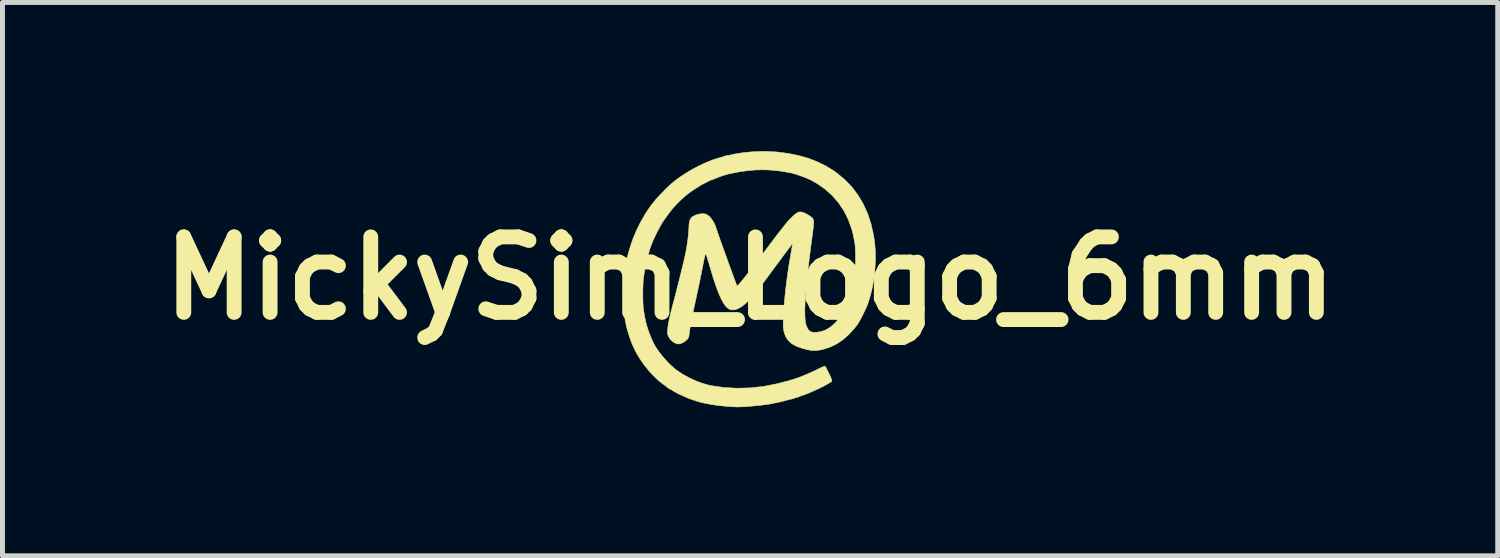
<source format=kicad_pcb>
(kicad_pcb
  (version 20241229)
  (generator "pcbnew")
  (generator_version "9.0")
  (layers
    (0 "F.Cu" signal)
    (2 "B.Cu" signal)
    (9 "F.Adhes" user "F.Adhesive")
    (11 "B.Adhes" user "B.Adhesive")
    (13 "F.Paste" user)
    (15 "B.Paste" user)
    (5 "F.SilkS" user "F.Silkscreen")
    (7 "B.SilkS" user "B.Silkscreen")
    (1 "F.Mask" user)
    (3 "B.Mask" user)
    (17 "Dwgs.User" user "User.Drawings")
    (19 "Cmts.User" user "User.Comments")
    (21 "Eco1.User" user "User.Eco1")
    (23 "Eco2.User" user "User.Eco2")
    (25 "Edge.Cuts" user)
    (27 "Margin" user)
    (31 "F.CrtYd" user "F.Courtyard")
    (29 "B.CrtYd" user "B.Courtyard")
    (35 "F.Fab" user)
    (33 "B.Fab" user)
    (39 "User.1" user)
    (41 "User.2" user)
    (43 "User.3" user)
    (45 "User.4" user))
  (footprint "MickySim_Logo_6mm"
    (layer "F.Cu")
    (at 12.09 2.566)
    (property "Reference" "MickySim_Logo_6mm" (at 0 0 0) (layer "F.SilkS") (effects (font (size 1.524 1.524) (thickness 0.3))))
    (attr through_hole)
    (fp_poly (pts (xy 0.525 -2.55) (xy 0.759 -2.521) (xy 0.987 -2.475) (xy 1.173 -2.422) (xy 1.342 -2.357) (xy 1.509 -2.277) (xy 1.665 -2.184) (xy 1.748 -2.126) (xy 1.91 -1.991) (xy 2.054 -1.842) (xy 2.178 -1.678) (xy 2.284 -1.499) (xy 2.372 -1.306) (xy 2.441 -1.096) (xy 2.492 -0.871) (xy 2.516 -0.705) (xy 2.529 -0.544) (xy 2.53 -0.368) (xy 2.52 -0.185) (xy 2.5 -0.002) (xy 2.471 0.173) (xy 2.432 0.335) (xy 2.422 0.369) (xy 2.401 0.438) (xy 2.385 0.491) (xy 2.369 0.534) (xy 2.353 0.574) (xy 2.333 0.618) (xy 2.307 0.673) (xy 2.287 0.714) (xy 2.25 0.789) (xy 2.219 0.847) (xy 2.193 0.893) (xy 2.167 0.933) (xy 2.138 0.972) (xy 2.114 1.002) (xy 1.996 1.133) (xy 1.874 1.241) (xy 1.746 1.327) (xy 1.611 1.392) (xy 1.467 1.437) (xy 1.394 1.452) (xy 1.322 1.46) (xy 1.246 1.457) (xy 1.161 1.443) (xy 1.06 1.417) (xy 1.047 1.413) (xy 0.935 1.373) (xy 0.846 1.324) (xy 0.776 1.263) (xy 0.724 1.19) (xy 0.69 1.103) (xy 0.676 1.04) (xy 0.67 0.981) (xy 0.668 0.901) (xy 0.671 0.802) (xy 0.677 0.688) (xy 0.686 0.56) (xy 0.698 0.421) (xy 0.713 0.274) (xy 0.731 0.122) (xy 0.751 -0.034) (xy 0.773 -0.19) (xy 0.797 -0.343) (xy 0.823 -0.492) (xy 0.829 -0.528) (xy 0.84 -0.587) (xy 0.848 -0.638) (xy 0.854 -0.676) (xy 0.856 -0.695) (xy 0.856 -0.697) (xy 0.848 -0.688) (xy 0.827 -0.662) (xy 0.796 -0.621) (xy 0.754 -0.566) (xy 0.705 -0.5) (xy 0.649 -0.425) (xy 0.589 -0.343) (xy 0.574 -0.324) (xy 0.508 -0.235) (xy 0.444 -0.147) (xy 0.382 -0.064) (xy 0.326 0.012) (xy 0.278 0.076) (xy 0.24 0.128) (xy 0.214 0.163) (xy 0.108 0.298) (xy 0.009 0.411) (xy -0.082 0.502) (xy -0.166 0.57) (xy -0.243 0.615) (xy -0.313 0.638) (xy -0.376 0.639) (xy -0.422 0.624) (xy -0.465 0.593) (xy -0.508 0.544) (xy -0.552 0.476) (xy -0.596 0.389) (xy -0.643 0.281) (xy -0.691 0.151) (xy -0.741 -0.000042) (xy -0.794 -0.175) (xy -0.805 -0.212) (xy -0.826 -0.286) (xy -0.847 -0.354) (xy -0.865 -0.412) (xy -0.879 -0.455) (xy -0.888 -0.48) (xy -0.889 -0.483) (xy -0.894 -0.489) (xy -0.899 -0.488) (xy -0.905 -0.476) (xy -0.913 -0.45) (xy -0.922 -0.41) (xy -0.934 -0.352) (xy -0.95 -0.273) (xy -0.961 -0.216) (xy -0.982 -0.111) (xy -1.006 0.008) (xy -1.032 0.132) (xy -1.057 0.252) (xy -1.081 0.358) (xy -1.083 0.369) (xy -1.116 0.521) (xy -1.146 0.662) (xy -1.172 0.791) (xy -1.194 0.904) (xy -1.211 0.999) (xy -1.223 1.076) (xy -1.229 1.123) (xy -1.235 1.168) (xy -1.244 1.199) (xy -1.26 1.224) (xy -1.283 1.247) (xy -1.323 1.279) (xy -1.368 1.306) (xy -1.384 1.313) (xy -1.424 1.325) (xy -1.455 1.327) (xy -1.488 1.32) (xy -1.55 1.289) (xy -1.605 1.24) (xy -1.646 1.178) (xy -1.66 1.144) (xy -1.667 1.113) (xy -1.667 1.074) (xy -1.664 1.036) (xy -1.658 0.977) (xy -1.648 0.914) (xy -1.635 0.844) (xy -1.617 0.764) (xy -1.594 0.669) (xy -1.565 0.557) (xy -1.552 0.508) (xy -1.519 0.382) (xy -1.485 0.252) (xy -1.452 0.12) (xy -1.419 -0.01) (xy -1.388 -0.135) (xy -1.36 -0.25) (xy -1.336 -0.352) (xy -1.316 -0.438) (xy -1.302 -0.502) (xy -1.285 -0.592) (xy -1.269 -0.692) (xy -1.255 -0.794) (xy -1.244 -0.893) (xy -1.237 -0.981) (xy -1.234 -1.053) (xy -1.234 -1.058) (xy -1.227 -1.134) (xy -1.206 -1.193) (xy -1.168 -1.238) (xy -1.111 -1.271) (xy -1.033 -1.294) (xy -1.024 -1.296) (xy -0.956 -1.304) (xy -0.902 -1.297) (xy -0.854 -1.273) (xy -0.816 -1.24) (xy -0.781 -1.2) (xy -0.747 -1.15) (xy -0.718 -1.099) (xy -0.699 -1.055) (xy -0.696 -1.042) (xy -0.69 -1.024) (xy -0.677 -0.986) (xy -0.658 -0.931) (xy -0.634 -0.861) (xy -0.605 -0.779) (xy -0.572 -0.688) (xy -0.537 -0.59) (xy -0.501 -0.489) (xy -0.464 -0.386) (xy -0.427 -0.284) (xy -0.392 -0.187) (xy -0.359 -0.097) (xy -0.329 -0.016) (xy -0.304 0.052) (xy -0.284 0.106) (xy -0.272 0.137) (xy -0.264 0.151) (xy -0.254 0.149) (xy -0.239 0.137) (xy -0.217 0.114) (xy -0.183 0.073) (xy -0.136 0.016) (xy -0.078 -0.057) (xy -0.01 -0.143) (xy 0.066 -0.242) (xy 0.15 -0.351) (xy 0.24 -0.47) (xy 0.336 -0.598) (xy 0.36 -0.629) (xy 0.428 -0.72) (xy 0.496 -0.81) (xy 0.56 -0.894) (xy 0.619 -0.97) (xy 0.671 -1.036) (xy 0.713 -1.089) (xy 0.743 -1.126) (xy 0.749 -1.134) (xy 0.807 -1.197) (xy 0.864 -1.252) (xy 0.915 -1.296) (xy 0.959 -1.326) (xy 0.985 -1.337) (xy 1.03 -1.338) (xy 1.086 -1.322) (xy 1.151 -1.29) (xy 1.181 -1.272) (xy 1.211 -1.253) (xy 1.236 -1.236) (xy 1.255 -1.22) (xy 1.269 -1.201) (xy 1.279 -1.177) (xy 1.283 -1.146) (xy 1.283 -1.104) (xy 1.279 -1.05) (xy 1.271 -0.98) (xy 1.26 -0.892) (xy 1.245 -0.784) (xy 1.24 -0.746) (xy 1.206 -0.483) (xy 1.177 -0.242) (xy 1.153 -0.023) (xy 1.133 0.173) (xy 1.119 0.346) (xy 1.11 0.496) (xy 1.105 0.622) (xy 1.106 0.726) (xy 1.106 0.744) (xy 1.11 0.816) (xy 1.115 0.87) (xy 1.121 0.91) (xy 1.13 0.943) (xy 1.142 0.974) (xy 1.144 0.98) (xy 1.173 1.034) (xy 1.205 1.068) (xy 1.246 1.087) (xy 1.301 1.093) (xy 1.324 1.093) (xy 1.426 1.08) (xy 1.526 1.045) (xy 1.621 0.987) (xy 1.712 0.909) (xy 1.796 0.812) (xy 1.872 0.696) (xy 1.94 0.563) (xy 1.978 0.472) (xy 1.992 0.434) (xy 2.004 0.402) (xy 2.008 0.393) (xy 2.019 0.361) (xy 2.024 0.345) (xy 2.03 0.322) (xy 2.04 0.283) (xy 2.052 0.236) (xy 2.053 0.23) (xy 2.081 0.115) (xy 2.102 0.009) (xy 2.116 -0.096) (xy 2.124 -0.207) (xy 2.128 -0.33) (xy 2.129 -0.404) (xy 2.128 -0.481) (xy 2.126 -0.554) (xy 2.123 -0.619) (xy 2.119 -0.67) (xy 2.116 -0.695) (xy 2.102 -0.773) (xy 2.09 -0.833) (xy 2.08 -0.881) (xy 2.07 -0.923) (xy 2.059 -0.964) (xy 2.048 -1.004) (xy 1.98 -1.191) (xy 1.892 -1.365) (xy 1.785 -1.524) (xy 1.659 -1.669) (xy 1.515 -1.798) (xy 1.352 -1.912) (xy 1.222 -1.985) (xy 1.159 -2.013) (xy 1.083 -2.044) (xy 1.001 -2.073) (xy 0.921 -2.1) (xy 0.849 -2.121) (xy 0.806 -2.13) (xy 0.647 -2.158) (xy 0.503 -2.176) (xy 0.367 -2.186) (xy 0.252 -2.189) (xy 0.101 -2.185) (xy -0.054 -2.171) (xy -0.217 -2.148) (xy -0.395 -2.113) (xy -0.435 -2.104) (xy -0.486 -2.091) (xy -0.549 -2.071) (xy -0.613 -2.049) (xy -0.672 -2.026) (xy -0.716 -2.007) (xy -0.716 -2.006) (xy -0.74 -1.997) (xy -0.749 -1.996) (xy -0.767 -1.99) (xy -0.802 -1.976) (xy -0.846 -1.955) (xy -0.896 -1.93) (xy -0.947 -1.904) (xy -0.991 -1.879) (xy -1.016 -1.864) (xy -1.102 -1.81) (xy -1.172 -1.764) (xy -1.231 -1.722) (xy -1.284 -1.681) (xy -1.336 -1.637) (xy -1.393 -1.585) (xy -1.42 -1.56) (xy -1.499 -1.479) (xy -1.584 -1.381) (xy -1.667 -1.273) (xy -1.746 -1.161) (xy -1.773 -1.119) (xy -1.805 -1.065) (xy -1.841 -0.999) (xy -1.88 -0.926) (xy -1.915 -0.854) (xy -1.945 -0.791) (xy -1.963 -0.75) (xy -1.976 -0.717) (xy -1.985 -0.695) (xy -2.019 -0.602) (xy -2.052 -0.49) (xy -2.084 -0.363) (xy -2.113 -0.229) (xy -2.138 -0.092) (xy -2.152 0.006) (xy -2.158 0.062) (xy -2.161 0.136) (xy -2.164 0.221) (xy -2.165 0.312) (xy -2.164 0.403) (xy -2.162 0.489) (xy -2.158 0.563) (xy -2.153 0.621) (xy -2.152 0.632) (xy -2.141 0.698) (xy -2.128 0.769) (xy -2.115 0.837) (xy -2.102 0.896) (xy -2.091 0.937) (xy -2.064 1.025) (xy -2.036 1.104) (xy -2.005 1.184) (xy -1.965 1.274) (xy -1.958 1.291) (xy -1.912 1.377) (xy -1.849 1.472) (xy -1.774 1.569) (xy -1.69 1.665) (xy -1.603 1.754) (xy -1.515 1.831) (xy -1.48 1.858) (xy -1.363 1.936) (xy -1.233 2.008) (xy -1.095 2.072) (xy -0.957 2.123) (xy -0.826 2.16) (xy -0.793 2.167) (xy -0.533 2.205) (xy -0.267 2.22) (xy 0.001 2.213) (xy 0.269 2.184) (xy 0.534 2.132) (xy 0.605 2.114) (xy 0.655 2.101) (xy 0.702 2.089) (xy 0.736 2.081) (xy 0.738 2.081) (xy 0.768 2.073) (xy 0.813 2.059) (xy 0.868 2.042) (xy 0.925 2.023) (xy 0.977 2.006) (xy 1.018 1.991) (xy 1.034 1.985) (xy 1.065 1.972) (xy 1.089 1.962) (xy 1.172 1.927) (xy 1.245 1.894) (xy 1.32 1.859) (xy 1.378 1.831) (xy 1.429 1.806) (xy 1.471 1.788) (xy 1.501 1.776) (xy 1.513 1.773) (xy 1.521 1.785) (xy 1.537 1.814) (xy 1.559 1.857) (xy 1.586 1.909) (xy 1.59 1.919) (xy 1.622 1.985) (xy 1.642 2.033) (xy 1.651 2.063) (xy 1.649 2.078) (xy 1.63 2.095) (xy 1.591 2.12) (xy 1.535 2.152) (xy 1.465 2.188) (xy 1.382 2.229) (xy 1.29 2.271) (xy 1.216 2.304) (xy 1.168 2.324) (xy 1.133 2.338) (xy 1.098 2.351) (xy 1.056 2.365) (xy 1.052 2.366) (xy 1.014 2.379) (xy 0.985 2.391) (xy 0.974 2.397) (xy 0.954 2.405) (xy 0.936 2.407) (xy 0.911 2.411) (xy 0.902 2.418) (xy 0.886 2.427) (xy 0.858 2.434) (xy 0.856 2.434) (xy 0.824 2.441) (xy 0.779 2.452) (xy 0.732 2.464) (xy 0.676 2.479) (xy 0.616 2.494) (xy 0.575 2.503) (xy 0.525 2.513) (xy 0.478 2.523) (xy 0.454 2.528) (xy 0.399 2.539) (xy 0.326 2.55) (xy 0.239 2.561) (xy 0.145 2.571) (xy 0.049 2.58) (xy -0.043 2.588) (xy -0.048 2.588) (xy -0.132 2.594) (xy -0.199 2.597) (xy -0.255 2.598) (xy -0.308 2.597) (xy -0.364 2.594) (xy -0.387 2.592) (xy -0.48 2.585) (xy -0.574 2.576) (xy -0.663 2.566) (xy -0.741 2.555) (xy -0.802 2.545) (xy -0.81 2.543) (xy -0.862 2.533) (xy -0.912 2.523) (xy -0.949 2.516) (xy -0.949 2.516) (xy -0.981 2.509) (xy -1.028 2.495) (xy -1.085 2.478) (xy -1.143 2.459) (xy -1.197 2.441) (xy -1.238 2.426) (xy -1.252 2.42) (xy -1.279 2.408) (xy -1.314 2.393) (xy -1.318 2.391) (xy -1.403 2.354) (xy -1.47 2.321) (xy -1.527 2.289) (xy -1.545 2.278) (xy -1.579 2.256) (xy -1.606 2.242) (xy -1.617 2.238) (xy -1.632 2.231) (xy -1.656 2.213) (xy -1.659 2.21) (xy -1.686 2.19) (xy -1.723 2.161) (xy -1.765 2.131) (xy -1.768 2.129) (xy -1.86 2.055) (xy -1.956 1.963) (xy -2.051 1.858) (xy -2.141 1.745) (xy -2.222 1.629) (xy -2.291 1.516) (xy -2.33 1.439) (xy -2.363 1.367) (xy -2.386 1.315) (xy -2.4 1.28) (xy -2.406 1.261) (xy -2.407 1.257) (xy -2.412 1.237) (xy -2.418 1.224) (xy -2.427 1.202) (xy -2.44 1.163) (xy -2.455 1.114) (xy -2.471 1.062) (xy -2.485 1.013) (xy -2.495 0.974) (xy -2.498 0.962) (xy -2.505 0.928) (xy -2.513 0.884) (xy -2.517 0.865) (xy -2.53 0.795) (xy -2.54 0.721) (xy -2.548 0.638) (xy -2.554 0.542) (xy -2.559 0.427) (xy -2.56 0.412) (xy -2.562 0.264) (xy -2.559 0.128) (xy -2.549 -0.004) (xy -2.532 -0.141) (xy -2.507 -0.291) (xy -2.502 -0.314) (xy -2.485 -0.393) (xy -2.462 -0.485) (xy -2.434 -0.582) (xy -2.405 -0.677) (xy -2.375 -0.764) (xy -2.348 -0.836) (xy -2.343 -0.847) (xy -2.327 -0.884) (xy -2.314 -0.916) (xy -2.31 -0.925) (xy -2.289 -0.973) (xy -2.261 -1.031) (xy -2.23 -1.094) (xy -2.199 -1.152) (xy -2.173 -1.197) (xy -2.168 -1.206) (xy -2.147 -1.24) (xy -2.133 -1.266) (xy -2.129 -1.276) (xy -2.122 -1.288) (xy -2.105 -1.314) (xy -2.082 -1.35) (xy -2.054 -1.39) (xy -2.027 -1.429) (xy -2.004 -1.462) (xy -1.988 -1.483) (xy -1.983 -1.488) (xy -1.973 -1.5) (xy -1.953 -1.526) (xy -1.941 -1.542) (xy -1.909 -1.581) (xy -1.864 -1.633) (xy -1.808 -1.692) (xy -1.748 -1.755) (xy -1.685 -1.818) (xy -1.625 -1.875) (xy -1.592 -1.905) (xy -1.504 -1.977) (xy -1.399 -2.053) (xy -1.282 -2.129) (xy -1.159 -2.202) (xy -1.035 -2.267) (xy -0.917 -2.323) (xy -0.877 -2.34) (xy -0.832 -2.357) (xy -0.794 -2.373) (xy -0.769 -2.383) (xy -0.768 -2.383) (xy -0.746 -2.391) (xy -0.707 -2.404) (xy -0.659 -2.418) (xy -0.635 -2.426) (xy -0.584 -2.441) (xy -0.539 -2.455) (xy -0.507 -2.466) (xy -0.498 -2.469) (xy -0.465 -2.477) (xy -0.445 -2.48) (xy -0.414 -2.483) (xy -0.382 -2.491) (xy -0.332 -2.503) (xy -0.262 -2.516) (xy -0.176 -2.529) (xy -0.08 -2.54) (xy 0.023 -2.55) (xy 0.06 -2.553) (xy 0.29 -2.561) (xy 0.525 -2.55)) (stroke (width 0.01) (type solid)) (fill yes) (layer "F.SilkS")))
  (gr_rect
    (start -3 -3)
    (end 27.181 8.169)
    (stroke (width 0.1) (type default))
    (fill no)
    (layer "Edge.Cuts")))
</source>
